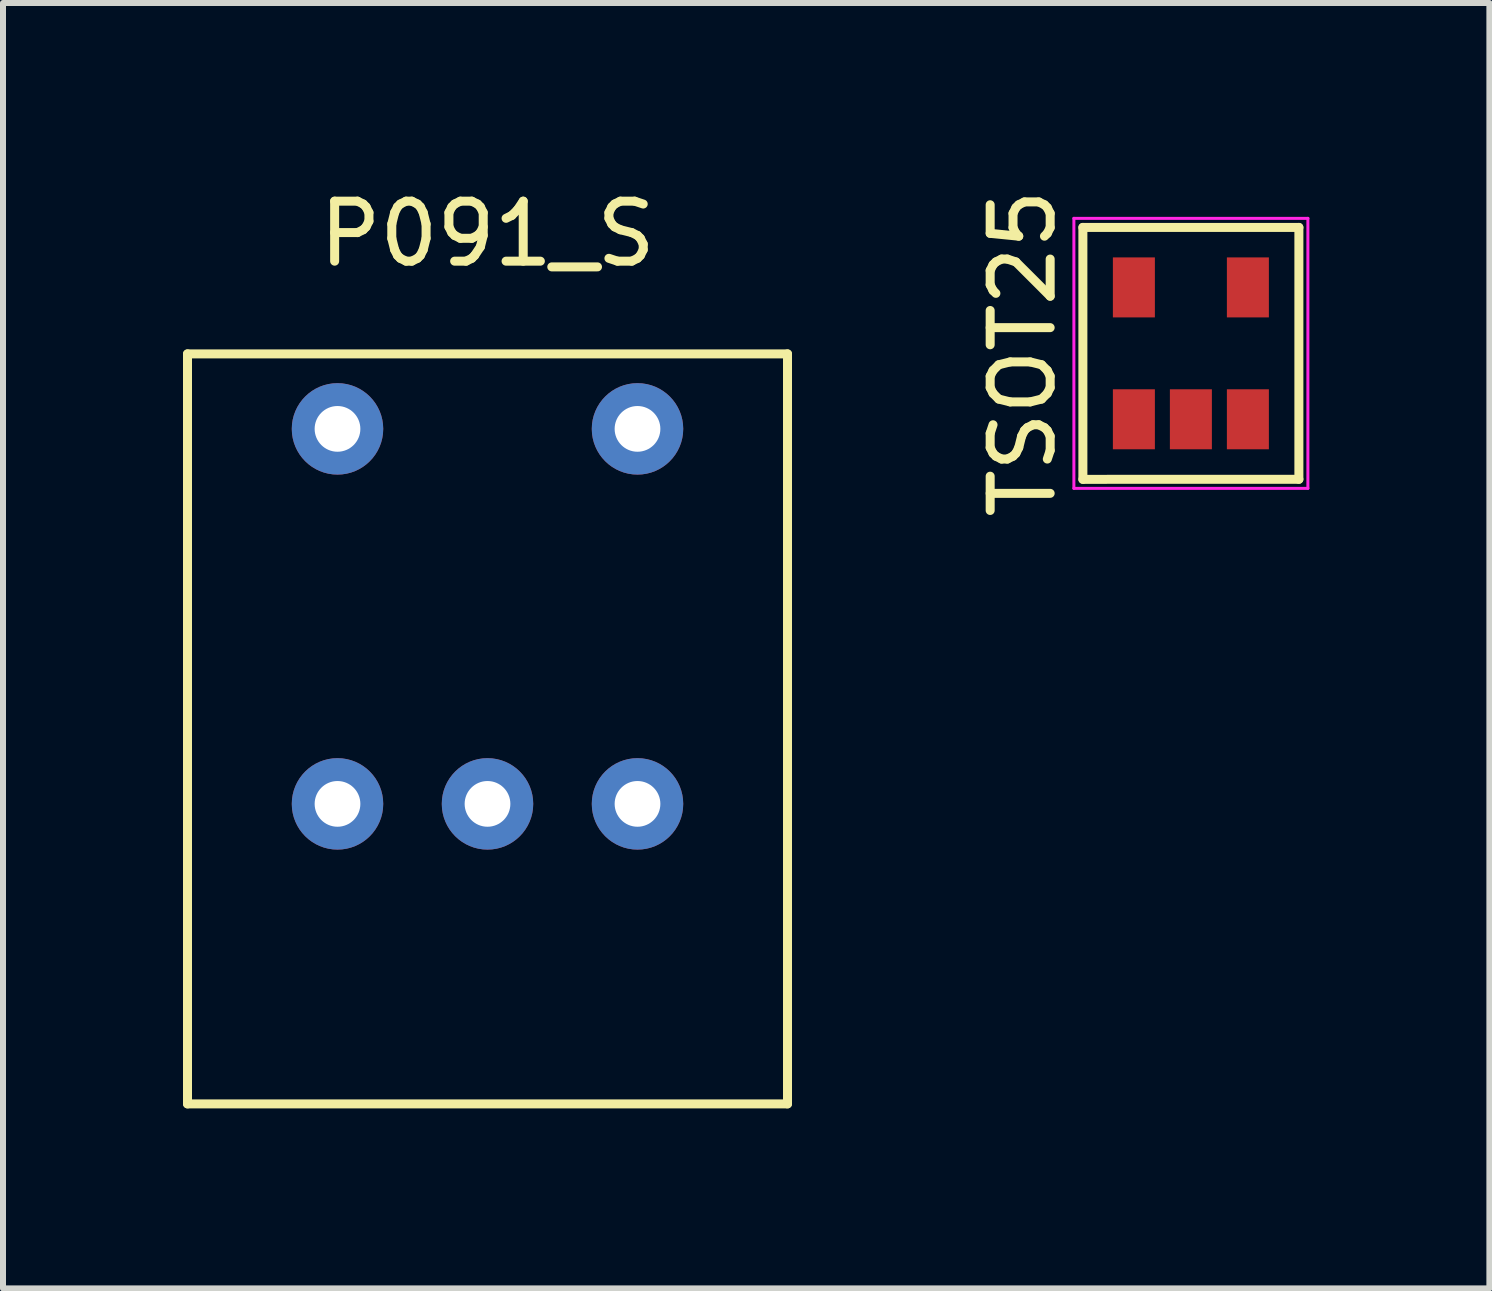
<source format=kicad_pcb>
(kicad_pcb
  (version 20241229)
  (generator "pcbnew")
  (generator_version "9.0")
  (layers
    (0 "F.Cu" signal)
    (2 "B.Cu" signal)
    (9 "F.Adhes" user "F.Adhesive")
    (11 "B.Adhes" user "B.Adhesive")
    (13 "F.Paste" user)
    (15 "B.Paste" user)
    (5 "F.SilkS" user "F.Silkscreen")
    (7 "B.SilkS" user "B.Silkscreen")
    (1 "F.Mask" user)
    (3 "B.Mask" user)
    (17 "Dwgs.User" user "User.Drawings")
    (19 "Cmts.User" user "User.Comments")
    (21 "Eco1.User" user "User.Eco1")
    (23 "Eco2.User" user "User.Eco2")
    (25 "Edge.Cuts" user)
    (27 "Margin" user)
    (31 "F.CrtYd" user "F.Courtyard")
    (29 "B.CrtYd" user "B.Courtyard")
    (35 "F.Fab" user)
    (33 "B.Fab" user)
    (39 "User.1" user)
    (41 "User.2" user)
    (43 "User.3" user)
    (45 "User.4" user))
  (footprint "P091_S"
    (layer "F.Cu")
    (at 5.075 0.348)
    (property "Reference" "P091_S" (at 0 0.5 0) (layer "F.SilkS") (effects (font (size 1 1) (thickness 0.15))))
    (attr through_hole)
    (fp_line (start -5 2.5) (end 5 2.5) (stroke (width 0.15) (type solid)) (layer "F.SilkS"))
    (fp_line (start -5 15) (end -5 2.5) (stroke (width 0.15) (type solid)) (layer "F.SilkS"))
    (fp_line (start 5 2.5) (end 5 15) (stroke (width 0.15) (type solid)) (layer "F.SilkS"))
    (fp_line (start 5 15) (end -5 15) (stroke (width 0.15) (type solid)) (layer "F.SilkS"))
    (pad "1" thru_hole circle (at -2.5 10) (size 1.524 1.524) (drill 0.762) (layers "*.Cu" "*.Mask"))
    (pad "2" thru_hole circle (at 0 10) (size 1.524 1.524) (drill 0.762) (layers "*.Cu" "*.Mask"))
    (pad "3" thru_hole circle (at 2.5 10) (size 1.524 1.524) (drill 0.762) (layers "*.Cu" "*.Mask"))
    (pad "4" thru_hole circle (at -2.5 3.75) (size 1.524 1.524) (drill 0.762) (layers "*.Cu" "*.Mask"))
    (pad "5" thru_hole circle (at 2.5 3.75) (size 1.524 1.524) (drill 0.762) (layers "*.Cu" "*.Mask")))
  (footprint "TSOT25"
    (layer "F.Cu")
    (at 16.798 2.839)
    (property "Reference" "TSOT25" (at -2.8 0 90) (layer "F.SilkS") (effects (font (size 1 1) (thickness 0.15))))
    (attr smd)
    (fp_line (start -1.8 -2.099) (end 1.8 -2.099) (stroke (width 0.15) (type solid)) (layer "F.SilkS"))
    (fp_line (start -1.8 2.1) (end -1.8 -2.099) (stroke (width 0.15) (type solid)) (layer "F.SilkS"))
    (fp_line (start 1.8 -2.099) (end 1.8 2.099) (stroke (width 0.15) (type solid)) (layer "F.SilkS"))
    (fp_line (start 1.8 2.099) (end -1.8 2.1) (stroke (width 0.15) (type solid)) (layer "F.SilkS"))
    (fp_line (start -1.95 -2.25) (end 1.95 -2.25) (stroke (width 0.05) (type solid)) (layer "F.CrtYd"))
    (fp_line (start -1.95 2.25) (end -1.95 -2.25) (stroke (width 0.05) (type solid)) (layer "F.CrtYd"))
    (fp_line (start 1.95 -2.25) (end 1.95 2.25) (stroke (width 0.05) (type solid)) (layer "F.CrtYd"))
    (fp_line (start 1.95 2.25) (end -1.95 2.25) (stroke (width 0.05) (type solid)) (layer "F.CrtYd"))
    (pad "1" smd rect (at -0.95 1.099) (size 0.7 1) (layers "F.Cu" "F.Mask" "F.Paste"))
    (pad "2" smd rect (at 0 1.099) (size 0.7 1) (layers "F.Cu" "F.Mask" "F.Paste"))
    (pad "3" smd rect (at 0.95 1.099) (size 0.7 1) (layers "F.Cu" "F.Mask" "F.Paste"))
    (pad "4" smd rect (at 0.95 -1.099) (size 0.7 1) (layers "F.Cu" "F.Mask" "F.Paste"))
    (pad "5" smd rect (at -0.95 -1.099) (size 0.7 1) (layers "F.Cu" "F.Mask" "F.Paste")))
  (gr_rect
    (start -3 -3)
    (end 21.773 18.423)
    (stroke (width 0.1) (type default))
    (fill no)
    (layer "Edge.Cuts")))
</source>
